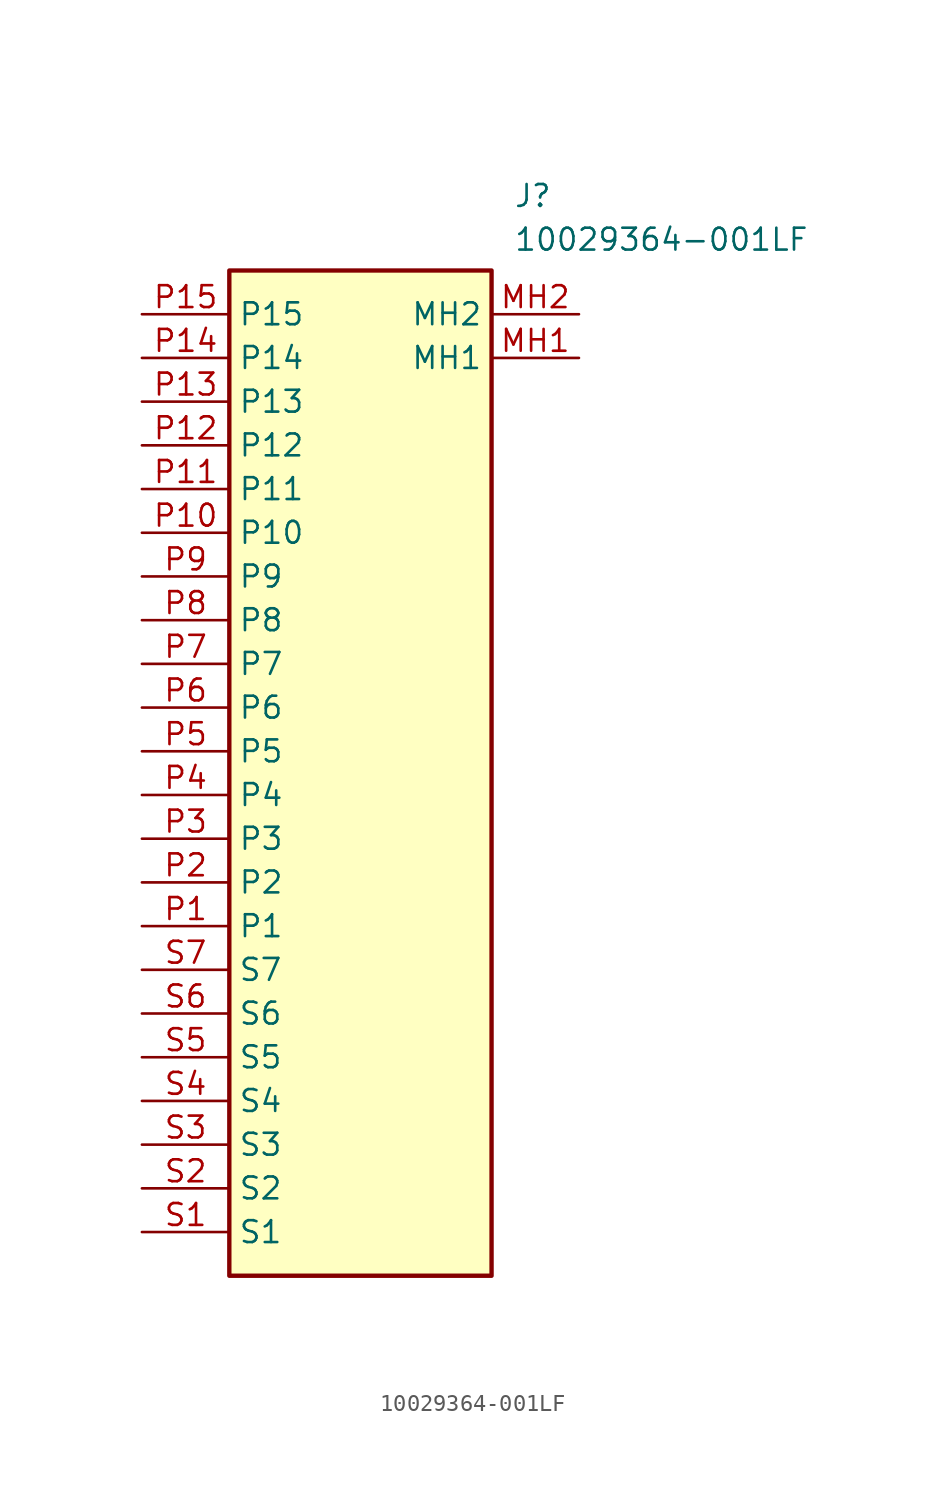
<source format=kicad_sym>
(kicad_symbol_lib
  (version 20211014)
  (generator SamacSys_ECAD_Model)
  (symbol "10029364-001LF"
    (property "Reference" "J"
      (at 21.59 7.62 0)
      (effects (font (size 1.27 1.27)) (justify left top)))
    (property "Value" "10029364-001LF"
      (at 21.59 5.08 0)
      (effects (font (size 1.27 1.27)) (justify left top)))
    (rectangle
      (start 5.08 2.54)
      (end 20.32 -55.88)
      (stroke (width 0.254) (type default))
      (fill (type background)))
    (pin passive line
      (at 0 -35.56 0)
      (length 5.08)
      (name "P1" (effects (font (size 1.27 1.27))))
      (number "P1" (effects (font (size 1.27 1.27)))))
    (pin passive line
      (at 0 -33.02 0)
      (length 5.08)
      (name "P2" (effects (font (size 1.27 1.27))))
      (number "P2" (effects (font (size 1.27 1.27)))))
    (pin passive line
      (at 0 -30.48 0)
      (length 5.08)
      (name "P3" (effects (font (size 1.27 1.27))))
      (number "P3" (effects (font (size 1.27 1.27)))))
    (pin passive line
      (at 0 -27.94 0)
      (length 5.08)
      (name "P4" (effects (font (size 1.27 1.27))))
      (number "P4" (effects (font (size 1.27 1.27)))))
    (pin passive line
      (at 0 -25.4 0)
      (length 5.08)
      (name "P5" (effects (font (size 1.27 1.27))))
      (number "P5" (effects (font (size 1.27 1.27)))))
    (pin passive line
      (at 0 -22.86 0)
      (length 5.08)
      (name "P6" (effects (font (size 1.27 1.27))))
      (number "P6" (effects (font (size 1.27 1.27)))))
    (pin passive line
      (at 0 -20.32 0)
      (length 5.08)
      (name "P7" (effects (font (size 1.27 1.27))))
      (number "P7" (effects (font (size 1.27 1.27)))))
    (pin passive line
      (at 0 -17.78 0)
      (length 5.08)
      (name "P8" (effects (font (size 1.27 1.27))))
      (number "P8" (effects (font (size 1.27 1.27)))))
    (pin passive line
      (at 0 -15.24 0)
      (length 5.08)
      (name "P9" (effects (font (size 1.27 1.27))))
      (number "P9" (effects (font (size 1.27 1.27)))))
    (pin passive line
      (at 0 -12.7 0)
      (length 5.08)
      (name "P10" (effects (font (size 1.27 1.27))))
      (number "P10" (effects (font (size 1.27 1.27)))))
    (pin passive line
      (at 0 -10.16 0)
      (length 5.08)
      (name "P11" (effects (font (size 1.27 1.27))))
      (number "P11" (effects (font (size 1.27 1.27)))))
    (pin passive line
      (at 0 -7.62 0)
      (length 5.08)
      (name "P12" (effects (font (size 1.27 1.27))))
      (number "P12" (effects (font (size 1.27 1.27)))))
    (pin passive line
      (at 0 -5.08 0)
      (length 5.08)
      (name "P13" (effects (font (size 1.27 1.27))))
      (number "P13" (effects (font (size 1.27 1.27)))))
    (pin passive line
      (at 0 -2.54 0)
      (length 5.08)
      (name "P14" (effects (font (size 1.27 1.27))))
      (number "P14" (effects (font (size 1.27 1.27)))))
    (pin passive line
      (at 0 0 0)
      (length 5.08)
      (name "P15" (effects (font (size 1.27 1.27))))
      (number "P15" (effects (font (size 1.27 1.27)))))
    (pin passive line
      (at 0 -53.34 0)
      (length 5.08)
      (name "S1" (effects (font (size 1.27 1.27))))
      (number "S1" (effects (font (size 1.27 1.27)))))
    (pin passive line
      (at 0 -50.8 0)
      (length 5.08)
      (name "S2" (effects (font (size 1.27 1.27))))
      (number "S2" (effects (font (size 1.27 1.27)))))
    (pin passive line
      (at 0 -48.26 0)
      (length 5.08)
      (name "S3" (effects (font (size 1.27 1.27))))
      (number "S3" (effects (font (size 1.27 1.27)))))
    (pin passive line
      (at 0 -45.72 0)
      (length 5.08)
      (name "S4" (effects (font (size 1.27 1.27))))
      (number "S4" (effects (font (size 1.27 1.27)))))
    (pin passive line
      (at 0 -43.18 0)
      (length 5.08)
      (name "S5" (effects (font (size 1.27 1.27))))
      (number "S5" (effects (font (size 1.27 1.27)))))
    (pin passive line
      (at 0 -40.64 0)
      (length 5.08)
      (name "S6" (effects (font (size 1.27 1.27))))
      (number "S6" (effects (font (size 1.27 1.27)))))
    (pin passive line
      (at 0 -38.1 0)
      (length 5.08)
      (name "S7" (effects (font (size 1.27 1.27))))
      (number "S7" (effects (font (size 1.27 1.27)))))
    (pin passive line
      (at 25.4 -2.54 180)
      (length 5.08)
      (name "MH1" (effects (font (size 1.27 1.27))))
      (number "MH1" (effects (font (size 1.27 1.27)))))
    (pin passive line
      (at 25.4 0 180)
      (length 5.08)
      (name "MH2" (effects (font (size 1.27 1.27))))
      (number "MH2" (effects (font (size 1.27 1.27)))))))
</source>
